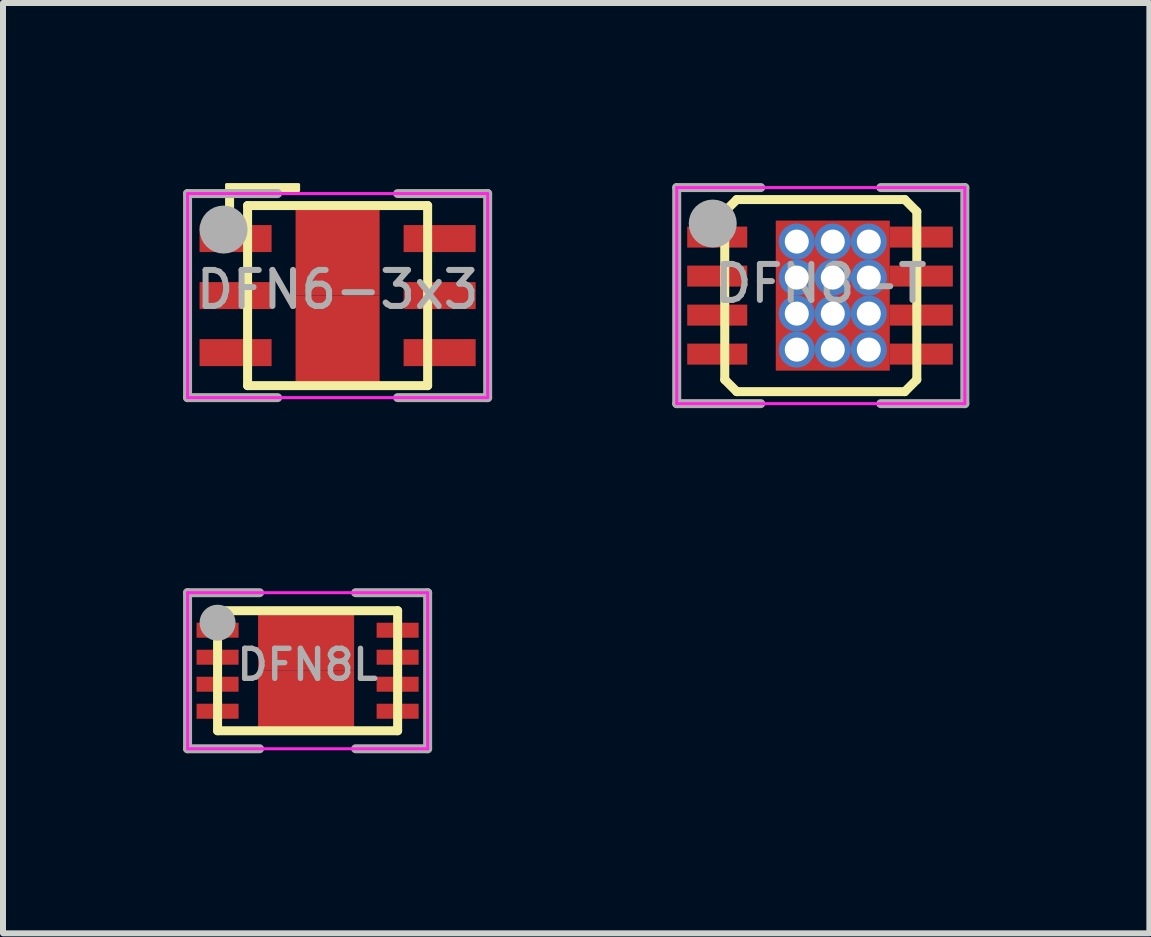
<source format=kicad_pcb>
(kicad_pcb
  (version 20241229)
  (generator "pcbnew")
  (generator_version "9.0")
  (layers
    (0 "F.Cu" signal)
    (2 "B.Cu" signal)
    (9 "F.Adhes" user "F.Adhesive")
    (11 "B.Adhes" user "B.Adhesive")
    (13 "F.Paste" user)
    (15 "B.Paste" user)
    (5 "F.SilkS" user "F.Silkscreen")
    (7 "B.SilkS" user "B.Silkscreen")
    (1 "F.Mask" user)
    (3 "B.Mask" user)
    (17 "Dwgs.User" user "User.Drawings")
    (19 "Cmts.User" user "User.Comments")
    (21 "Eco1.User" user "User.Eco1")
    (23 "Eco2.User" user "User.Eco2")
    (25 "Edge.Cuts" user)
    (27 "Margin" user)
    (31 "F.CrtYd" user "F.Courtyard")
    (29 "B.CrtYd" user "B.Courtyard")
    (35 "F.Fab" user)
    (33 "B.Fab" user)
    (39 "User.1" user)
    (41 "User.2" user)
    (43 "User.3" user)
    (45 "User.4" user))
  (footprint "DFN8L"
    (layer "F.Cu")
    (at 2.075 8.125)
    (property "Reference" "DFN8L" (at 0 -0.1 0) (layer "F.Fab") (effects (font (size 0.5 0.5) (thickness 0.09))))
    (attr smd)
    (fp_line (start -1.5 1) (end -1.5 -1) (stroke (width 0.15) (type solid)) (layer "F.SilkS"))
    (fp_line (start 1.5 -1) (end -1.5 -1) (stroke (width 0.15) (type solid)) (layer "F.SilkS"))
    (fp_line (start 1.5 1) (end -1.5 1) (stroke (width 0.15) (type solid)) (layer "F.SilkS"))
    (fp_line (start 1.5 1) (end 1.5 -1) (stroke (width 0.15) (type solid)) (layer "F.SilkS"))
    (fp_line (start -2 -1.3) (end 2 -1.3) (stroke (width 0.05) (type solid)) (layer "F.CrtYd"))
    (fp_line (start -2 1.3) (end -2 -1.3) (stroke (width 0.05) (type solid)) (layer "F.CrtYd"))
    (fp_line (start -2 1.3) (end 2 1.3) (stroke (width 0.05) (type solid)) (layer "F.CrtYd"))
    (fp_line (start 2 -1.3) (end 2 1.3) (stroke (width 0.05) (type solid)) (layer "F.CrtYd"))
    (fp_line (start -2 -1.3) (end -2 1.3) (stroke (width 0.15) (type solid)) (layer "F.Fab"))
    (fp_line (start -0.8 -1.3) (end -2 -1.3) (stroke (width 0.15) (type solid)) (layer "F.Fab"))
    (fp_line (start -0.8 1.3) (end -2 1.3) (stroke (width 0.15) (type solid)) (layer "F.Fab"))
    (fp_line (start 0.8 -1.3) (end 2 -1.3) (stroke (width 0.15) (type solid)) (layer "F.Fab"))
    (fp_line (start 0.8 1.3) (end 2 1.3) (stroke (width 0.15) (type solid)) (layer "F.Fab"))
    (fp_line (start 2 -1.3) (end 2 1.3) (stroke (width 0.15) (type solid)) (layer "F.Fab"))
    (fp_circle (center -1.5 -0.8) (end -1.35 -0.8) (stroke (width 0.3) (type solid)) (fill no) (layer "F.Fab"))
    (pad "0" smd rect (at -0.025 -0.5 180) (size 1.6 1) (layers "F.Cu" "F.Mask" "F.Paste"))
    (pad "0" smd rect (at -0.025 0.5 180) (size 1.6 1) (layers "F.Cu" "F.Mask" "F.Paste"))
    (pad "1" smd rect (at -1.5 -0.675) (size 0.7 0.25) (layers "F.Cu" "F.Mask" "F.Paste"))
    (pad "2" smd rect (at -1.5 -0.225) (size 0.7 0.25) (layers "F.Cu" "F.Mask" "F.Paste"))
    (pad "3" smd rect (at -1.5 0.225) (size 0.7 0.25) (layers "F.Cu" "F.Mask" "F.Paste"))
    (pad "4" smd rect (at -1.5 0.675) (size 0.7 0.25) (layers "F.Cu" "F.Mask" "F.Paste"))
    (pad "5" smd rect (at 1.5 0.675) (size 0.7 0.25) (layers "F.Cu" "F.Mask" "F.Paste"))
    (pad "6" smd rect (at 1.5 0.225) (size 0.7 0.25) (layers "F.Cu" "F.Mask" "F.Paste"))
    (pad "7" smd rect (at 1.5 -0.225) (size 0.7 0.25) (layers "F.Cu" "F.Mask" "F.Paste"))
    (pad "8" smd rect (at 1.5 -0.675) (size 0.7 0.25) (layers "F.Cu" "F.Mask" "F.Paste")))
  (footprint "DFN8-T"
    (layer "F.Cu")
    (at 10.625 1.875)
    (property "Reference" "DFN8-T" (at 0 -0.2 0) (layer "F.Fab") (effects (font (size 0.6 0.6) (thickness 0.1))))
    (attr smd)
    (fp_line (start -1.6 -1.4) (end -1.4 -1.6) (stroke (width 0.15) (type solid)) (layer "F.SilkS"))
    (fp_line (start -1.6 1.4) (end -1.6 -1.4) (stroke (width 0.15) (type solid)) (layer "F.SilkS"))
    (fp_line (start -1.4 -1.6) (end 1.4 -1.6) (stroke (width 0.15) (type solid)) (layer "F.SilkS"))
    (fp_line (start -1.4 1.6) (end -1.6 1.4) (stroke (width 0.15) (type solid)) (layer "F.SilkS"))
    (fp_line (start 1.4 -1.6) (end 1.6 -1.4) (stroke (width 0.15) (type solid)) (layer "F.SilkS"))
    (fp_line (start 1.4 1.6) (end -1.4 1.6) (stroke (width 0.15) (type solid)) (layer "F.SilkS"))
    (fp_line (start 1.6 -1.4) (end 1.6 1.4) (stroke (width 0.15) (type solid)) (layer "F.SilkS"))
    (fp_line (start 1.6 1.4) (end 1.4 1.6) (stroke (width 0.15) (type solid)) (layer "F.SilkS"))
    (fp_line (start -2.4 -1.8) (end 2.4 -1.8) (stroke (width 0.05) (type solid)) (layer "F.CrtYd"))
    (fp_line (start -2.4 1.8) (end -2.4 -1.8) (stroke (width 0.05) (type solid)) (layer "F.CrtYd"))
    (fp_line (start 2.4 -1.8) (end 2.4 1.8) (stroke (width 0.05) (type solid)) (layer "F.CrtYd"))
    (fp_line (start 2.4 1.8) (end -2.4 1.8) (stroke (width 0.05) (type solid)) (layer "F.CrtYd"))
    (fp_line (start -2.4 -1.8) (end -2.4 1.8) (stroke (width 0.15) (type solid)) (layer "F.Fab"))
    (fp_line (start -2.4 1.8) (end -1 1.8) (stroke (width 0.15) (type solid)) (layer "F.Fab"))
    (fp_line (start -1 -1.8) (end -2.4 -1.8) (stroke (width 0.15) (type solid)) (layer "F.Fab"))
    (fp_line (start 1 -1.8) (end 2.4 -1.8) (stroke (width 0.15) (type solid)) (layer "F.Fab"))
    (fp_line (start 2.4 -1.8) (end 2.4 1.8) (stroke (width 0.15) (type solid)) (layer "F.Fab"))
    (fp_line (start 2.4 1.8) (end 1 1.8) (stroke (width 0.15) (type solid)) (layer "F.Fab"))
    (fp_circle (center -1.8 -1.2) (end -1.6 -1.2) (stroke (width 0.4) (type solid)) (fill no) (layer "F.Fab"))
    (pad "1" smd rect (at -1.725 0.975) (size 1 0.35) (layers "F.Cu" "F.Mask" "F.Paste"))
    (pad "2" thru_hole circle (at -0.4 -0.9) (size 0.6 0.6) (drill 0.4) (layers "*.Cu" "*.Mask"))
    (pad "2" thru_hole circle (at -0.4 -0.3) (size 0.6 0.6) (drill 0.4) (layers "*.Cu" "*.Mask"))
    (pad "2" thru_hole circle (at -0.4 0.3) (size 0.6 0.6) (drill 0.4) (layers "*.Cu" "*.Mask"))
    (pad "2" thru_hole circle (at -0.4 0.9) (size 0.6 0.6) (drill 0.4) (layers "*.Cu" "*.Mask"))
    (pad "2" thru_hole circle (at 0.2 -0.9) (size 0.6 0.6) (drill 0.4) (layers "*.Cu" "*.Mask"))
    (pad "2" thru_hole circle (at 0.2 -0.3) (size 0.6 0.6) (drill 0.4) (layers "*.Cu" "*.Mask"))
    (pad "2" smd rect (at 0.2 0) (size 1.9 2.5) (layers "F.Cu" "F.Mask" "F.Paste"))
    (pad "2" thru_hole circle (at 0.2 0.3) (size 0.6 0.6) (drill 0.4) (layers "*.Cu" "*.Mask"))
    (pad "2" thru_hole circle (at 0.2 0.9) (size 0.6 0.6) (drill 0.4) (layers "*.Cu" "*.Mask"))
    (pad "2" thru_hole circle (at 0.8 -0.9) (size 0.6 0.6) (drill 0.4) (layers "*.Cu" "*.Mask"))
    (pad "2" thru_hole circle (at 0.8 -0.3) (size 0.6 0.6) (drill 0.4) (layers "*.Cu" "*.Mask"))
    (pad "2" thru_hole circle (at 0.8 0.3) (size 0.6 0.6) (drill 0.4) (layers "*.Cu" "*.Mask"))
    (pad "2" thru_hole circle (at 0.8 0.9) (size 0.6 0.6) (drill 0.4) (layers "*.Cu" "*.Mask"))
    (pad "2" smd rect (at 1.675 -0.975) (size 1.05 0.35) (layers "F.Cu" "F.Mask" "F.Paste"))
    (pad "2" smd rect (at 1.675 -0.325) (size 1.05 0.35) (layers "F.Cu" "F.Mask" "F.Paste"))
    (pad "2" smd rect (at 1.675 0.325) (size 1.05 0.35) (layers "F.Cu" "F.Mask" "F.Paste"))
    (pad "2" smd rect (at 1.675 0.975) (size 1.05 0.35) (layers "F.Cu" "F.Mask" "F.Paste"))
    (pad "3" smd rect (at -1.725 -0.975) (size 1 0.35) (layers "F.Cu" "F.Mask" "F.Paste"))
    (pad "3" smd rect (at -1.725 -0.325) (size 1 0.35) (layers "F.Cu" "F.Mask" "F.Paste"))
    (pad "3" smd rect (at -1.725 0.325) (size 1 0.35) (layers "F.Cu" "F.Mask" "F.Paste")))
  (footprint "DFN6-3x3"
    (layer "F.Cu")
    (at 2.575 1.875)
    (property "Reference" "DFN6-3x3" (at 0 -0.1 0) (layer "F.Fab") (effects (font (size 0.6 0.6) (thickness 0.1))))
    (attr smd)
    (fp_line (start -1.5 -1.5) (end 1.5 -1.5) (stroke (width 0.15) (type solid)) (layer "F.SilkS"))
    (fp_line (start -1.5 1.5) (end -1.5 -1.5) (stroke (width 0.15) (type solid)) (layer "F.SilkS"))
    (fp_line (start 1.5 -1.5) (end 1.5 1.5) (stroke (width 0.15) (type solid)) (layer "F.SilkS"))
    (fp_line (start 1.5 1.5) (end -1.5 1.5) (stroke (width 0.15) (type solid)) (layer "F.SilkS"))
    (fp_poly (pts (xy -0.65 -1.75) (xy -1.75 -1.75) (xy -1.75 -1.3) (xy -1.85 -1.3) (xy -1.85 -1.85) (xy -0.65 -1.85)) (stroke (width 0.05) (type solid)) (fill yes) (layer "F.SilkS"))
    (fp_line (start -2.5 -1.7) (end 2.5 -1.7) (stroke (width 0.05) (type solid)) (layer "F.CrtYd"))
    (fp_line (start -2.5 1.7) (end -2.5 -1.7) (stroke (width 0.05) (type solid)) (layer "F.CrtYd"))
    (fp_line (start 2.5 -1.7) (end 2.5 1.7) (stroke (width 0.05) (type solid)) (layer "F.CrtYd"))
    (fp_line (start 2.5 1.7) (end -2.5 1.7) (stroke (width 0.05) (type solid)) (layer "F.CrtYd"))
    (fp_line (start -2.5 -1.7) (end -2.5 1.7) (stroke (width 0.15) (type solid)) (layer "F.Fab"))
    (fp_line (start -2.5 1.7) (end -1 1.7) (stroke (width 0.15) (type solid)) (layer "F.Fab"))
    (fp_line (start -1 -1.7) (end -2.5 -1.7) (stroke (width 0.15) (type solid)) (layer "F.Fab"))
    (fp_line (start 1 -1.7) (end 2.5 -1.7) (stroke (width 0.15) (type solid)) (layer "F.Fab"))
    (fp_line (start 2.5 -1.7) (end 2.5 1.7) (stroke (width 0.15) (type solid)) (layer "F.Fab"))
    (fp_line (start 2.5 1.7) (end 1 1.7) (stroke (width 0.15) (type solid)) (layer "F.Fab"))
    (fp_circle (center -1.9 -1.1) (end -1.7 -1.1) (stroke (width 0.4) (type solid)) (fill no) (layer "F.Fab"))
    (pad "0" smd rect (at 0 -0.75 180) (size 1.4 1.5) (layers "F.Cu" "F.Mask" "F.Paste"))
    (pad "0" smd rect (at 0 0.75) (size 1.4 1.5) (layers "F.Cu" "F.Mask" "F.Paste"))
    (pad "1" smd rect (at -1.7 -0.95) (size 1.2 0.45) (layers "F.Cu" "F.Mask" "F.Paste"))
    (pad "2" smd rect (at -1.7 0) (size 1.2 0.45) (layers "F.Cu" "F.Mask" "F.Paste"))
    (pad "3" smd rect (at -1.7 0.95) (size 1.2 0.45) (layers "F.Cu" "F.Mask" "F.Paste"))
    (pad "4" smd rect (at 1.7 0.95) (size 1.2 0.45) (layers "F.Cu" "F.Mask" "F.Paste"))
    (pad "5" smd rect (at 1.7 0) (size 1.2 0.45) (layers "F.Cu" "F.Mask" "F.Paste"))
    (pad "6" smd rect (at 1.7 -0.95) (size 1.2 0.45) (layers "F.Cu" "F.Mask" "F.Paste")))
  (gr_rect
    (start -3 -3)
    (end 16.1 12.5)
    (stroke (width 0.1) (type default))
    (fill no)
    (layer "Edge.Cuts")))
</source>
